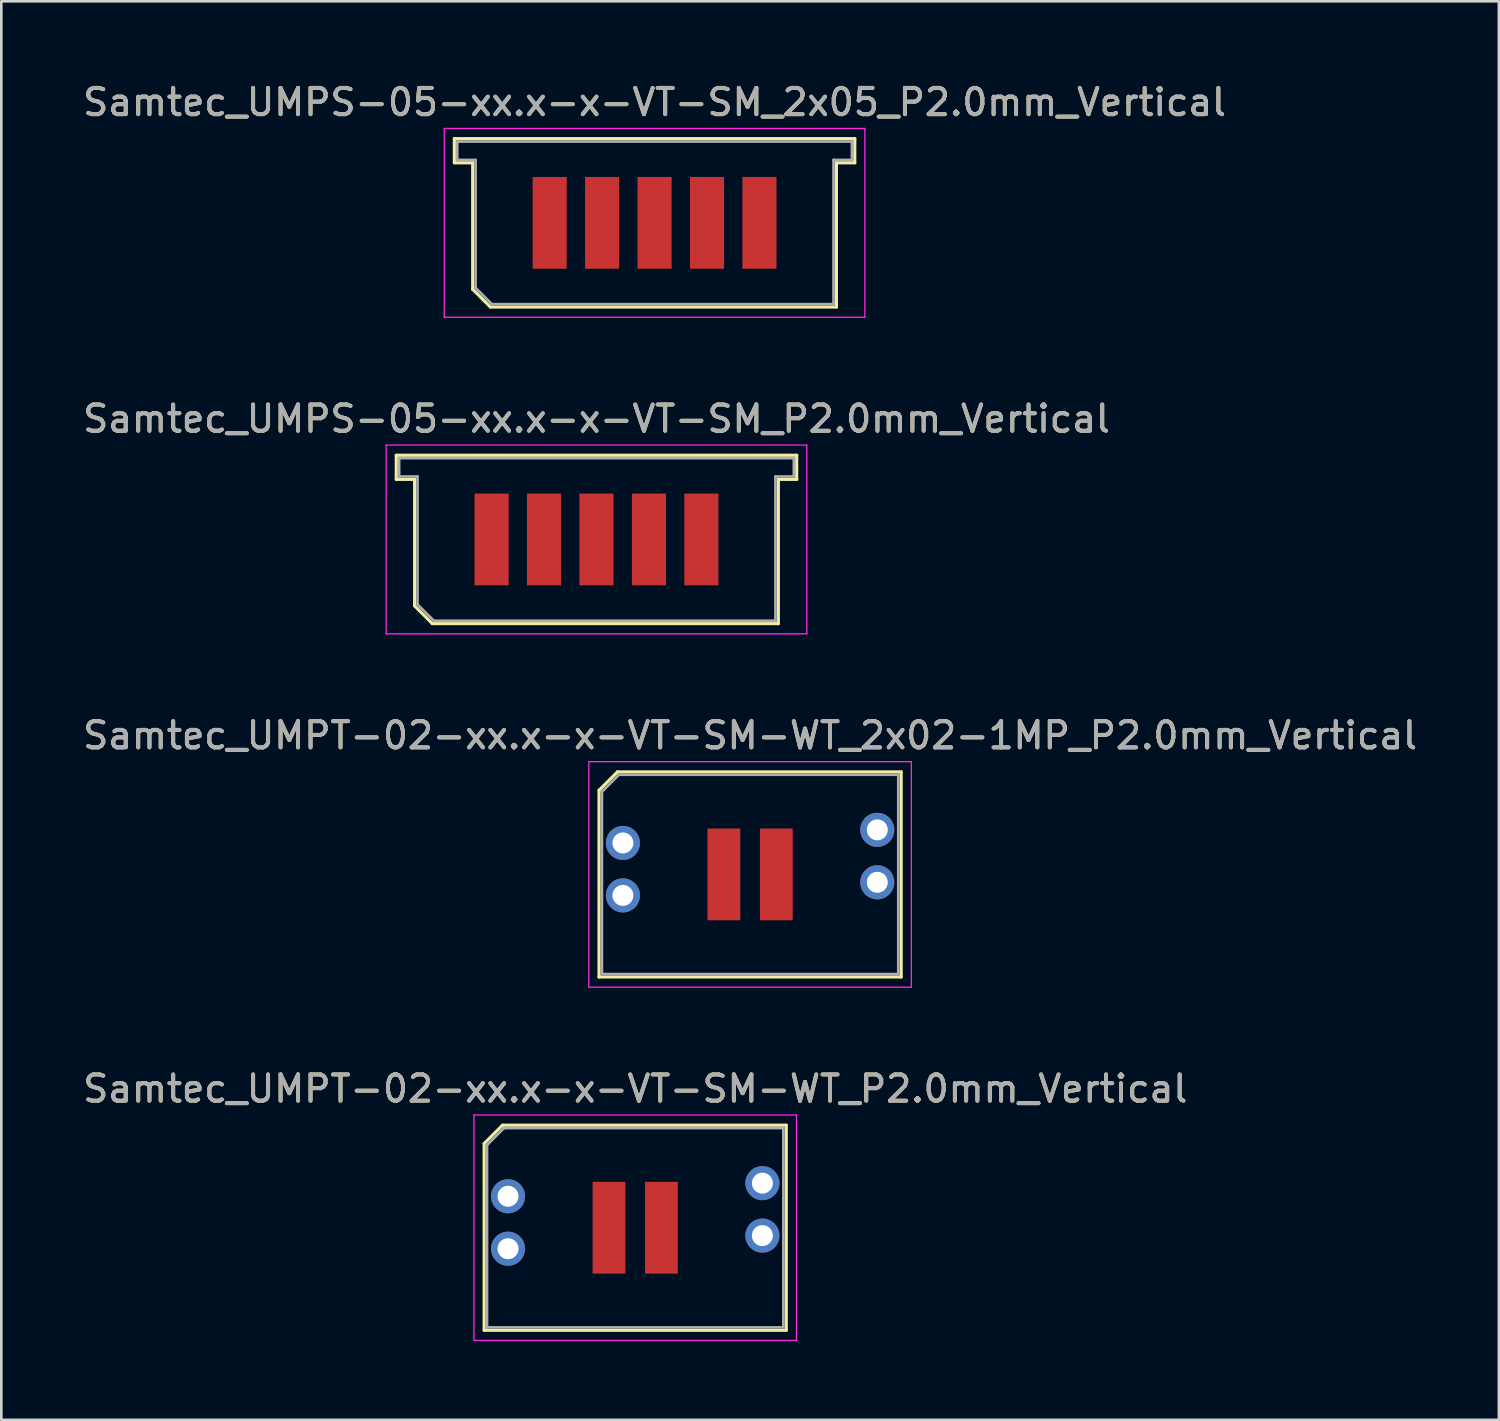
<source format=kicad_pcb>
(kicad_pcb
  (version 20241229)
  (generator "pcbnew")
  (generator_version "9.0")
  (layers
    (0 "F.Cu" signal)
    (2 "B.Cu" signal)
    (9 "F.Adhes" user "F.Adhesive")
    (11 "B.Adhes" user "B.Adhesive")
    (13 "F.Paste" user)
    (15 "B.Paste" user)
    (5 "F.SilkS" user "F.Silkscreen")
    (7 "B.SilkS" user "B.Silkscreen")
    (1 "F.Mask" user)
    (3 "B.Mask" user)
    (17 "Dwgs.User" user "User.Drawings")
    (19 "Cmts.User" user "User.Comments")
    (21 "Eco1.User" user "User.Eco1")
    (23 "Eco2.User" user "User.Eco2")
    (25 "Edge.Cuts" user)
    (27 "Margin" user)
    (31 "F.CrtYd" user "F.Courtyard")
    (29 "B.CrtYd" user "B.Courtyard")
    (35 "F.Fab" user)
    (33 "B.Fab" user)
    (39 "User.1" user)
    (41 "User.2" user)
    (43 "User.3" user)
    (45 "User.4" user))
  (footprint "Samtec_UMPT-02-xx.x-x-VT-SM-WT_P2.0mm_Vertical"
    (layer "F.Cu")
    (at 21.173 43.768)
    (property "Reference" "Samtec_UMPT-02-xx.x-x-VT-SM-WT_P2.0mm_Vertical" (at 0 -5.3 0) (layer "F.SilkS") (effects (font (size 1 1) (thickness 0.15))))
    (attr smd)
    (fp_line (start -5.76 -3.209) (end -5.76 3.91) (stroke (width 0.12) (type solid)) (layer "F.SilkS"))
    (fp_line (start -5.76 3.91) (end 5.76 3.91) (stroke (width 0.12) (type solid)) (layer "F.SilkS"))
    (fp_line (start -5.059 -3.91) (end -5.76 -3.209) (stroke (width 0.12) (type solid)) (layer "F.SilkS"))
    (fp_line (start 5.76 -3.91) (end -5.059 -3.91) (stroke (width 0.12) (type solid)) (layer "F.SilkS"))
    (fp_line (start 5.76 3.91) (end 5.76 -3.91) (stroke (width 0.12) (type solid)) (layer "F.SilkS"))
    (fp_line (start -6.15 -4.3) (end -6.15 4.3) (stroke (width 0.05) (type solid)) (layer "F.CrtYd"))
    (fp_line (start -6.15 4.3) (end 6.15 4.3) (stroke (width 0.05) (type solid)) (layer "F.CrtYd"))
    (fp_line (start 6.15 -4.3) (end -6.15 -4.3) (stroke (width 0.05) (type solid)) (layer "F.CrtYd"))
    (fp_line (start 6.15 4.3) (end 6.15 -4.3) (stroke (width 0.05) (type solid)) (layer "F.CrtYd"))
    (fp_line (start -5.65 -3.154) (end -5.65 3.8) (stroke (width 0.1) (type solid)) (layer "F.Fab"))
    (fp_line (start -5.65 3.8) (end 5.65 3.8) (stroke (width 0.1) (type solid)) (layer "F.Fab"))
    (fp_line (start -5.004 -3.8) (end -5.65 -3.154) (stroke (width 0.1) (type solid)) (layer "F.Fab"))
    (fp_line (start 5.65 -3.8) (end -5.004 -3.8) (stroke (width 0.1) (type solid)) (layer "F.Fab"))
    (fp_line (start 5.65 3.8) (end 5.65 -3.8) (stroke (width 0.1) (type solid)) (layer "F.Fab"))
    (fp_text user "${REFERENCE}" (at 0 -5.3 0) (layer "F.Fab") (effects (font (size 1 1) (thickness 0.15))))
    (pad "" thru_hole circle (at -4.85 -1.2) (size 1.3 1.3) (drill 0.8) (layers "*.Cu" "*.Mask"))
    (pad "" thru_hole circle (at -4.85 0.8) (size 1.3 1.3) (drill 0.8) (layers "*.Cu" "*.Mask"))
    (pad "" thru_hole circle (at 4.85 -1.7) (size 1.3 1.3) (drill 0.8) (layers "*.Cu" "*.Mask"))
    (pad "" thru_hole circle (at 4.85 0.3) (size 1.3 1.3) (drill 0.8) (layers "*.Cu" "*.Mask"))
    (pad "1" smd rect (at -1 0) (size 1.25 3.5) (layers "F.Cu" "F.Mask" "F.Paste"))
    (pad "2" smd rect (at 1 0) (size 1.25 3.5) (layers "F.Cu" "F.Mask" "F.Paste")))
  (footprint "Samtec_UMPS-05-xx.x-x-VT-SM_2x05_P2.0mm_Vertical"
    (layer "F.Cu")
    (at 21.911 5.448)
    (property "Reference" "Samtec_UMPS-05-xx.x-x-VT-SM_2x05_P2.0mm_Vertical" (at 0 -4.6 0) (layer "F.SilkS") (effects (font (size 1 1) (thickness 0.15))))
    (attr smd)
    (fp_line (start -7.635 -3.21) (end -7.635 -2.29) (stroke (width 0.12) (type solid)) (layer "F.SilkS"))
    (fp_line (start -7.635 -2.29) (end -6.935 -2.29) (stroke (width 0.12) (type solid)) (layer "F.SilkS"))
    (fp_line (start -6.935 -2.29) (end -6.935 2.535) (stroke (width 0.12) (type solid)) (layer "F.SilkS"))
    (fp_line (start -6.935 2.535) (end -6.26 3.21) (stroke (width 0.12) (type solid)) (layer "F.SilkS"))
    (fp_line (start -6.26 3.21) (end 6.935 3.21) (stroke (width 0.12) (type solid)) (layer "F.SilkS"))
    (fp_line (start 6.935 -2.29) (end 7.635 -2.29) (stroke (width 0.12) (type solid)) (layer "F.SilkS"))
    (fp_line (start 6.935 3.21) (end 6.935 -2.29) (stroke (width 0.12) (type solid)) (layer "F.SilkS"))
    (fp_line (start 7.635 -3.21) (end -7.635 -3.21) (stroke (width 0.12) (type solid)) (layer "F.SilkS"))
    (fp_line (start 7.635 -2.29) (end 7.635 -3.21) (stroke (width 0.12) (type solid)) (layer "F.SilkS"))
    (fp_line (start -8.02 -3.6) (end -8.02 3.6) (stroke (width 0.05) (type solid)) (layer "F.CrtYd"))
    (fp_line (start -8.02 3.6) (end 8.02 3.6) (stroke (width 0.05) (type solid)) (layer "F.CrtYd"))
    (fp_line (start 8.02 -3.6) (end -8.02 -3.6) (stroke (width 0.05) (type solid)) (layer "F.CrtYd"))
    (fp_line (start 8.02 3.6) (end 8.02 -3.6) (stroke (width 0.05) (type solid)) (layer "F.CrtYd"))
    (fp_line (start -7.525 -3.1) (end -7.525 -2.4) (stroke (width 0.1) (type solid)) (layer "F.Fab"))
    (fp_line (start -7.525 -2.4) (end -6.825 -2.4) (stroke (width 0.1) (type solid)) (layer "F.Fab"))
    (fp_line (start -6.825 -2.4) (end -6.825 2.48) (stroke (width 0.1) (type solid)) (layer "F.Fab"))
    (fp_line (start -6.825 2.48) (end -6.205 3.1) (stroke (width 0.1) (type solid)) (layer "F.Fab"))
    (fp_line (start -6.205 3.1) (end 6.825 3.1) (stroke (width 0.1) (type solid)) (layer "F.Fab"))
    (fp_line (start 6.825 -2.4) (end 7.525 -2.4) (stroke (width 0.1) (type solid)) (layer "F.Fab"))
    (fp_line (start 6.825 3.1) (end 6.825 -2.4) (stroke (width 0.1) (type solid)) (layer "F.Fab"))
    (fp_line (start 7.525 -3.1) (end -7.525 -3.1) (stroke (width 0.1) (type solid)) (layer "F.Fab"))
    (fp_line (start 7.525 -2.4) (end 7.525 -3.1) (stroke (width 0.1) (type solid)) (layer "F.Fab"))
    (fp_text user "${REFERENCE}" (at 0 -4.6 0) (layer "F.Fab") (effects (font (size 1 1) (thickness 0.15))))
    (pad "1" smd rect (at -4 0) (size 1.3 3.5) (layers "F.Cu" "F.Mask" "F.Paste"))
    (pad "2" smd rect (at -2 0) (size 1.3 3.5) (layers "F.Cu" "F.Mask" "F.Paste"))
    (pad "3" smd rect (at 0 0) (size 1.3 3.5) (layers "F.Cu" "F.Mask" "F.Paste"))
    (pad "4" smd rect (at 2 0) (size 1.3 3.5) (layers "F.Cu" "F.Mask" "F.Paste"))
    (pad "5" smd rect (at 4 0) (size 1.3 3.5) (layers "F.Cu" "F.Mask" "F.Paste")))
  (footprint "Samtec_UMPS-05-xx.x-x-VT-SM_P2.0mm_Vertical"
    (layer "F.Cu")
    (at 19.696 17.521)
    (property "Reference" "Samtec_UMPS-05-xx.x-x-VT-SM_P2.0mm_Vertical" (at 0 -4.6 0) (layer "F.SilkS") (effects (font (size 1 1) (thickness 0.15))))
    (attr smd)
    (fp_line (start -7.635 -3.21) (end -7.635 -2.29) (stroke (width 0.12) (type solid)) (layer "F.SilkS"))
    (fp_line (start -7.635 -2.29) (end -6.935 -2.29) (stroke (width 0.12) (type solid)) (layer "F.SilkS"))
    (fp_line (start -6.935 -2.29) (end -6.935 2.535) (stroke (width 0.12) (type solid)) (layer "F.SilkS"))
    (fp_line (start -6.935 2.535) (end -6.26 3.21) (stroke (width 0.12) (type solid)) (layer "F.SilkS"))
    (fp_line (start -6.26 3.21) (end 6.935 3.21) (stroke (width 0.12) (type solid)) (layer "F.SilkS"))
    (fp_line (start 6.935 -2.29) (end 7.635 -2.29) (stroke (width 0.12) (type solid)) (layer "F.SilkS"))
    (fp_line (start 6.935 3.21) (end 6.935 -2.29) (stroke (width 0.12) (type solid)) (layer "F.SilkS"))
    (fp_line (start 7.635 -3.21) (end -7.635 -3.21) (stroke (width 0.12) (type solid)) (layer "F.SilkS"))
    (fp_line (start 7.635 -2.29) (end 7.635 -3.21) (stroke (width 0.12) (type solid)) (layer "F.SilkS"))
    (fp_line (start -8.02 -3.6) (end -8.02 3.6) (stroke (width 0.05) (type solid)) (layer "F.CrtYd"))
    (fp_line (start -8.02 3.6) (end 8.02 3.6) (stroke (width 0.05) (type solid)) (layer "F.CrtYd"))
    (fp_line (start 8.02 -3.6) (end -8.02 -3.6) (stroke (width 0.05) (type solid)) (layer "F.CrtYd"))
    (fp_line (start 8.02 3.6) (end 8.02 -3.6) (stroke (width 0.05) (type solid)) (layer "F.CrtYd"))
    (fp_line (start -7.525 -3.1) (end -7.525 -2.4) (stroke (width 0.1) (type solid)) (layer "F.Fab"))
    (fp_line (start -7.525 -2.4) (end -6.825 -2.4) (stroke (width 0.1) (type solid)) (layer "F.Fab"))
    (fp_line (start -6.825 -2.4) (end -6.825 2.48) (stroke (width 0.1) (type solid)) (layer "F.Fab"))
    (fp_line (start -6.825 2.48) (end -6.205 3.1) (stroke (width 0.1) (type solid)) (layer "F.Fab"))
    (fp_line (start -6.205 3.1) (end 6.825 3.1) (stroke (width 0.1) (type solid)) (layer "F.Fab"))
    (fp_line (start 6.825 -2.4) (end 7.525 -2.4) (stroke (width 0.1) (type solid)) (layer "F.Fab"))
    (fp_line (start 6.825 3.1) (end 6.825 -2.4) (stroke (width 0.1) (type solid)) (layer "F.Fab"))
    (fp_line (start 7.525 -3.1) (end -7.525 -3.1) (stroke (width 0.1) (type solid)) (layer "F.Fab"))
    (fp_line (start 7.525 -2.4) (end 7.525 -3.1) (stroke (width 0.1) (type solid)) (layer "F.Fab"))
    (fp_text user "${REFERENCE}" (at 0 -4.6 0) (layer "F.Fab") (effects (font (size 1 1) (thickness 0.15))))
    (pad "1" smd rect (at -4 0) (size 1.3 3.5) (layers "F.Cu" "F.Mask" "F.Paste"))
    (pad "2" smd rect (at -2 0) (size 1.3 3.5) (layers "F.Cu" "F.Mask" "F.Paste"))
    (pad "3" smd rect (at 0 0) (size 1.3 3.5) (layers "F.Cu" "F.Mask" "F.Paste"))
    (pad "4" smd rect (at 2 0) (size 1.3 3.5) (layers "F.Cu" "F.Mask" "F.Paste"))
    (pad "5" smd rect (at 4 0) (size 1.3 3.5) (layers "F.Cu" "F.Mask" "F.Paste")))
  (footprint "Samtec_UMPT-02-xx.x-x-VT-SM-WT_2x02-1MP_P2.0mm_Vertical"
    (layer "F.Cu")
    (at 25.554 30.295)
    (property "Reference" "Samtec_UMPT-02-xx.x-x-VT-SM-WT_2x02-1MP_P2.0mm_Vertical" (at 0 -5.3 0) (layer "F.SilkS") (effects (font (size 1 1) (thickness 0.15))))
    (attr smd)
    (fp_line (start -5.76 -3.209) (end -5.76 3.91) (stroke (width 0.12) (type solid)) (layer "F.SilkS"))
    (fp_line (start -5.76 3.91) (end 5.76 3.91) (stroke (width 0.12) (type solid)) (layer "F.SilkS"))
    (fp_line (start -5.059 -3.91) (end -5.76 -3.209) (stroke (width 0.12) (type solid)) (layer "F.SilkS"))
    (fp_line (start 5.76 -3.91) (end -5.059 -3.91) (stroke (width 0.12) (type solid)) (layer "F.SilkS"))
    (fp_line (start 5.76 3.91) (end 5.76 -3.91) (stroke (width 0.12) (type solid)) (layer "F.SilkS"))
    (fp_line (start -6.15 -4.3) (end -6.15 4.3) (stroke (width 0.05) (type solid)) (layer "F.CrtYd"))
    (fp_line (start -6.15 4.3) (end 6.15 4.3) (stroke (width 0.05) (type solid)) (layer "F.CrtYd"))
    (fp_line (start 6.15 -4.3) (end -6.15 -4.3) (stroke (width 0.05) (type solid)) (layer "F.CrtYd"))
    (fp_line (start 6.15 4.3) (end 6.15 -4.3) (stroke (width 0.05) (type solid)) (layer "F.CrtYd"))
    (fp_line (start -5.65 -3.154) (end -5.65 3.8) (stroke (width 0.1) (type solid)) (layer "F.Fab"))
    (fp_line (start -5.65 3.8) (end 5.65 3.8) (stroke (width 0.1) (type solid)) (layer "F.Fab"))
    (fp_line (start -5.004 -3.8) (end -5.65 -3.154) (stroke (width 0.1) (type solid)) (layer "F.Fab"))
    (fp_line (start 5.65 -3.8) (end -5.004 -3.8) (stroke (width 0.1) (type solid)) (layer "F.Fab"))
    (fp_line (start 5.65 3.8) (end 5.65 -3.8) (stroke (width 0.1) (type solid)) (layer "F.Fab"))
    (fp_text user "${REFERENCE}" (at 0 -5.3 0) (layer "F.Fab") (effects (font (size 1 1) (thickness 0.15))))
    (pad "1" smd rect (at -1 0) (size 1.25 3.5) (layers "F.Cu" "F.Mask" "F.Paste"))
    (pad "2" smd rect (at 1 0) (size 1.25 3.5) (layers "F.Cu" "F.Mask" "F.Paste"))
    (pad "MP" thru_hole circle (at -4.85 -1.2) (size 1.3 1.3) (drill 0.8) (layers "*.Cu" "*.Mask"))
    (pad "MP" thru_hole circle (at -4.85 0.8) (size 1.3 1.3) (drill 0.8) (layers "*.Cu" "*.Mask"))
    (pad "MP" thru_hole circle (at 4.85 -1.7) (size 1.3 1.3) (drill 0.8) (layers "*.Cu" "*.Mask"))
    (pad "MP" thru_hole circle (at 4.85 0.3) (size 1.3 1.3) (drill 0.8) (layers "*.Cu" "*.Mask")))
  (gr_rect
    (start -3 -3)
    (end 54.107 51.093)
    (stroke (width 0.1) (type default))
    (fill no)
    (layer "Edge.Cuts")))
</source>
